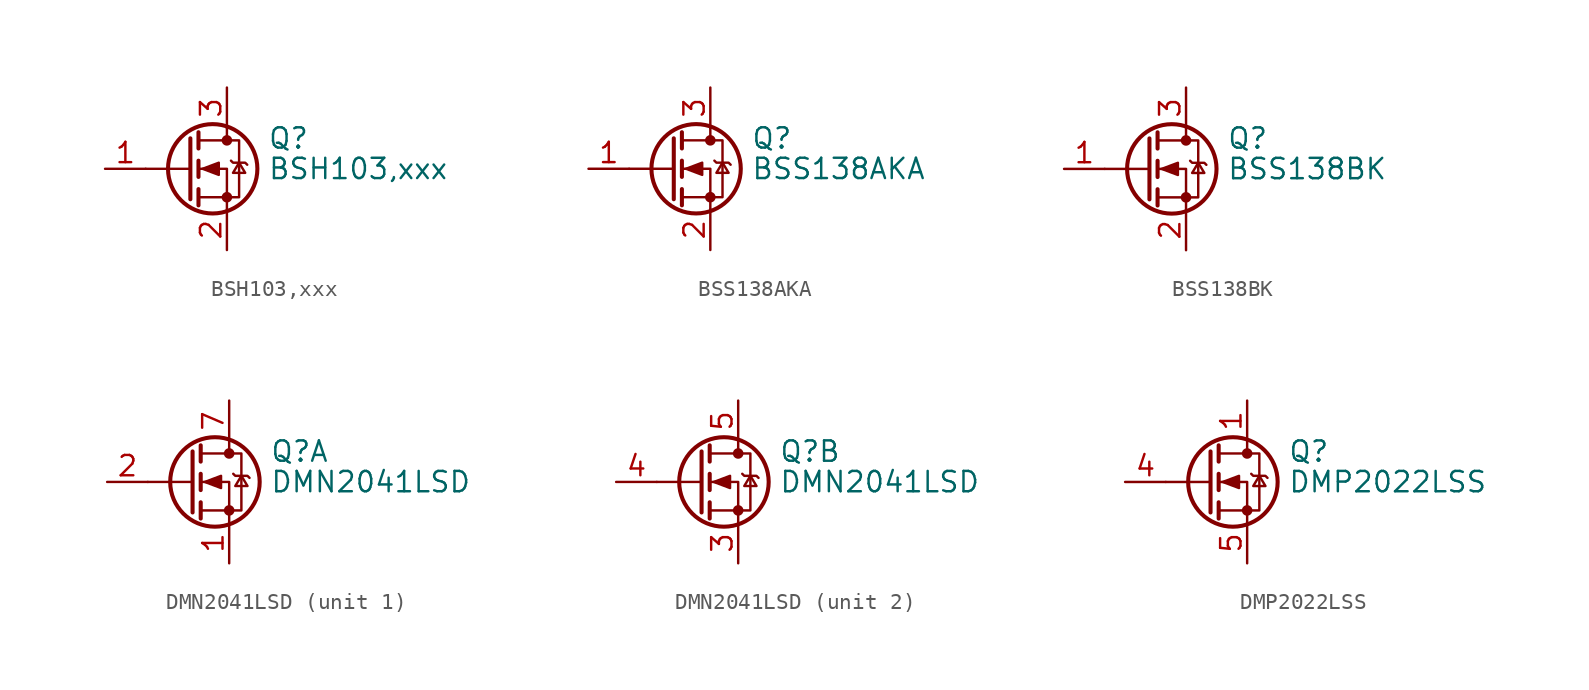
<source format=kicad_sym>
(kicad_symbol_lib
  (version 20231120)
  (generator "kicad_symbol_editor")
  (generator_version "8.0")
  (symbol "BSH103,xxx"
    (pin_names hide)
    (property "Reference" "Q"
      (at 5.08 1.905 0)
      (effects (font (size 1.27 1.27)) (justify left)))
    (property "Value" "BSH103,xxx"
      (at 5.08 0 0)
      (effects (font (size 1.27 1.27)) (justify left)))
    (symbol "BSH103,xxx_0_1"
      (polyline (pts (xy 0.254 0) (xy -2.54 0)) (stroke (width 0) (type default)) (fill (type none)))
      (polyline (pts (xy 0.254 1.905) (xy 0.254 -1.905)) (stroke (width 0.254) (type default)) (fill (type none)))
      (polyline (pts (xy 0.762 -1.27) (xy 0.762 -2.286)) (stroke (width 0.254) (type default)) (fill (type none)))
      (polyline (pts (xy 0.762 0.508) (xy 0.762 -0.508)) (stroke (width 0.254) (type default)) (fill (type none)))
      (polyline (pts (xy 0.762 2.286) (xy 0.762 1.27)) (stroke (width 0.254) (type default)) (fill (type none)))
      (polyline (pts (xy 2.54 2.54) (xy 2.54 1.778)) (stroke (width 0) (type default)) (fill (type none)))
      (polyline (pts (xy 2.54 -2.54) (xy 2.54 0) (xy 0.762 0)) (stroke (width 0) (type default)) (fill (type none)))
      (polyline (pts (xy 0.762 -1.778) (xy 3.302 -1.778) (xy 3.302 1.778) (xy 0.762 1.778)) (stroke (width 0) (type default)) (fill (type none)))
      (polyline (pts (xy 1.016 0) (xy 2.032 0.381) (xy 2.032 -0.381) (xy 1.016 0)) (stroke (width 0) (type default)) (fill (type outline)))
      (polyline (pts (xy 2.794 0.508) (xy 2.921 0.381) (xy 3.683 0.381) (xy 3.81 0.254)) (stroke (width 0) (type default)) (fill (type none)))
      (polyline (pts (xy 3.302 0.381) (xy 2.921 -0.254) (xy 3.683 -0.254) (xy 3.302 0.381)) (stroke (width 0) (type default)) (fill (type none)))
      (circle (center 1.651 0) (radius 2.794) (stroke (width 0.254) (type default)) (fill (type none)))
      (circle (center 2.54 -1.778) (radius 0.254) (stroke (width 0) (type default)) (fill (type outline)))
      (circle (center 2.54 1.778) (radius 0.254) (stroke (width 0) (type default)) (fill (type outline))))
    (symbol "BSH103,xxx_1_1"
      (pin input line (at -5.08 0 0) (length 2.54) (name "G" (effects (font (size 1.27 1.27)))) (number "1" (effects (font (size 1.27 1.27)))))
      (pin passive line (at 2.54 -5.08 90) (length 2.54) (name "S" (effects (font (size 1.27 1.27)))) (number "2" (effects (font (size 1.27 1.27)))))
      (pin passive line (at 2.54 5.08 270) (length 2.54) (name "D" (effects (font (size 1.27 1.27)))) (number "3" (effects (font (size 1.27 1.27)))))))
  (symbol "BSS138AKA"
    (pin_names hide)
    (property "Reference" "Q"
      (at 5.08 1.905 0)
      (effects (font (size 1.27 1.27)) (justify left)))
    (property "Value" "BSS138AKA"
      (at 5.08 0 0)
      (effects (font (size 1.27 1.27)) (justify left)))
    (symbol "BSS138AKA_0_1"
      (polyline (pts (xy 0.254 0) (xy -2.54 0)) (stroke (width 0) (type default)) (fill (type none)))
      (polyline (pts (xy 0.254 1.905) (xy 0.254 -1.905)) (stroke (width 0.254) (type default)) (fill (type none)))
      (polyline (pts (xy 0.762 -1.27) (xy 0.762 -2.286)) (stroke (width 0.254) (type default)) (fill (type none)))
      (polyline (pts (xy 0.762 0.508) (xy 0.762 -0.508)) (stroke (width 0.254) (type default)) (fill (type none)))
      (polyline (pts (xy 0.762 2.286) (xy 0.762 1.27)) (stroke (width 0.254) (type default)) (fill (type none)))
      (polyline (pts (xy 2.54 2.54) (xy 2.54 1.778)) (stroke (width 0) (type default)) (fill (type none)))
      (polyline (pts (xy 2.54 -2.54) (xy 2.54 0) (xy 0.762 0)) (stroke (width 0) (type default)) (fill (type none)))
      (polyline (pts (xy 0.762 -1.778) (xy 3.302 -1.778) (xy 3.302 1.778) (xy 0.762 1.778)) (stroke (width 0) (type default)) (fill (type none)))
      (polyline (pts (xy 1.016 0) (xy 2.032 0.381) (xy 2.032 -0.381) (xy 1.016 0)) (stroke (width 0) (type default)) (fill (type outline)))
      (polyline (pts (xy 2.794 0.508) (xy 2.921 0.381) (xy 3.683 0.381) (xy 3.81 0.254)) (stroke (width 0) (type default)) (fill (type none)))
      (polyline (pts (xy 3.302 0.381) (xy 2.921 -0.254) (xy 3.683 -0.254) (xy 3.302 0.381)) (stroke (width 0) (type default)) (fill (type none)))
      (circle (center 1.651 0) (radius 2.794) (stroke (width 0.254) (type default)) (fill (type none)))
      (circle (center 2.54 -1.778) (radius 0.254) (stroke (width 0) (type default)) (fill (type outline)))
      (circle (center 2.54 1.778) (radius 0.254) (stroke (width 0) (type default)) (fill (type outline))))
    (symbol "BSS138AKA_1_1"
      (pin input line (at -5.08 0 0) (length 2.54) (name "G" (effects (font (size 1.27 1.27)))) (number "1" (effects (font (size 1.27 1.27)))))
      (pin passive line (at 2.54 -5.08 90) (length 2.54) (name "S" (effects (font (size 1.27 1.27)))) (number "2" (effects (font (size 1.27 1.27)))))
      (pin passive line (at 2.54 5.08 270) (length 2.54) (name "D" (effects (font (size 1.27 1.27)))) (number "3" (effects (font (size 1.27 1.27)))))))
  (symbol "BSS138BK"
    (pin_names hide)
    (property "Reference" "Q"
      (at 5.08 1.905 0)
      (effects (font (size 1.27 1.27)) (justify left)))
    (property "Value" "BSS138BK"
      (at 5.08 0 0)
      (effects (font (size 1.27 1.27)) (justify left)))
    (symbol "BSS138BK_0_1"
      (polyline (pts (xy 0.254 0) (xy -2.54 0)) (stroke (width 0) (type default)) (fill (type none)))
      (polyline (pts (xy 0.254 1.905) (xy 0.254 -1.905)) (stroke (width 0.254) (type default)) (fill (type none)))
      (polyline (pts (xy 0.762 -1.27) (xy 0.762 -2.286)) (stroke (width 0.254) (type default)) (fill (type none)))
      (polyline (pts (xy 0.762 0.508) (xy 0.762 -0.508)) (stroke (width 0.254) (type default)) (fill (type none)))
      (polyline (pts (xy 0.762 2.286) (xy 0.762 1.27)) (stroke (width 0.254) (type default)) (fill (type none)))
      (polyline (pts (xy 2.54 2.54) (xy 2.54 1.778)) (stroke (width 0) (type default)) (fill (type none)))
      (polyline (pts (xy 2.54 -2.54) (xy 2.54 0) (xy 0.762 0)) (stroke (width 0) (type default)) (fill (type none)))
      (polyline (pts (xy 0.762 -1.778) (xy 3.302 -1.778) (xy 3.302 1.778) (xy 0.762 1.778)) (stroke (width 0) (type default)) (fill (type none)))
      (polyline (pts (xy 1.016 0) (xy 2.032 0.381) (xy 2.032 -0.381) (xy 1.016 0)) (stroke (width 0) (type default)) (fill (type outline)))
      (polyline (pts (xy 2.794 0.508) (xy 2.921 0.381) (xy 3.683 0.381) (xy 3.81 0.254)) (stroke (width 0) (type default)) (fill (type none)))
      (polyline (pts (xy 3.302 0.381) (xy 2.921 -0.254) (xy 3.683 -0.254) (xy 3.302 0.381)) (stroke (width 0) (type default)) (fill (type none)))
      (circle (center 1.651 0) (radius 2.794) (stroke (width 0.254) (type default)) (fill (type none)))
      (circle (center 2.54 -1.778) (radius 0.254) (stroke (width 0) (type default)) (fill (type outline)))
      (circle (center 2.54 1.778) (radius 0.254) (stroke (width 0) (type default)) (fill (type outline))))
    (symbol "BSS138BK_1_1"
      (pin input line (at -5.08 0 0) (length 2.54) (name "G" (effects (font (size 1.27 1.27)))) (number "1" (effects (font (size 1.27 1.27)))))
      (pin passive line (at 2.54 -5.08 90) (length 2.54) (name "S" (effects (font (size 1.27 1.27)))) (number "2" (effects (font (size 1.27 1.27)))))
      (pin passive line (at 2.54 5.08 270) (length 2.54) (name "D" (effects (font (size 1.27 1.27)))) (number "3" (effects (font (size 1.27 1.27)))))))
  (symbol "DMN2041LSD"
    (pin_names hide)
    (property "Reference" "Q"
      (at 5.08 1.905 0)
      (effects (font (size 1.27 1.27)) (justify left)))
    (property "Value" "DMN2041LSD"
      (at 5.08 0 0)
      (effects (font (size 1.27 1.27)) (justify left)))
    (symbol "DMN2041LSD_0_1"
      (polyline (pts (xy 0.254 0) (xy -2.54 0)) (stroke (width 0) (type default)) (fill (type none)))
      (polyline (pts (xy 0.254 1.905) (xy 0.254 -1.905)) (stroke (width 0.254) (type default)) (fill (type none)))
      (polyline (pts (xy 0.762 -1.27) (xy 0.762 -2.286)) (stroke (width 0.254) (type default)) (fill (type none)))
      (polyline (pts (xy 0.762 0.508) (xy 0.762 -0.508)) (stroke (width 0.254) (type default)) (fill (type none)))
      (polyline (pts (xy 0.762 2.286) (xy 0.762 1.27)) (stroke (width 0.254) (type default)) (fill (type none)))
      (polyline (pts (xy 2.54 2.54) (xy 2.54 1.778)) (stroke (width 0) (type default)) (fill (type none)))
      (polyline (pts (xy 2.54 -2.54) (xy 2.54 0) (xy 0.762 0)) (stroke (width 0) (type default)) (fill (type none)))
      (polyline (pts (xy 0.762 -1.778) (xy 3.302 -1.778) (xy 3.302 1.778) (xy 0.762 1.778)) (stroke (width 0) (type default)) (fill (type none)))
      (circle (center 1.651 0) (radius 2.794) (stroke (width 0.254) (type default)) (fill (type none)))
      (circle (center 2.54 -1.778) (radius 0.254) (stroke (width 0) (type default)) (fill (type outline)))
      (circle (center 2.54 1.778) (radius 0.254) (stroke (width 0) (type default)) (fill (type outline))))
    (symbol "DMN2041LSD_1_1"
      (polyline (pts (xy 1.016 0) (xy 2.032 0.381) (xy 2.032 -0.381) (xy 1.016 0)) (stroke (width 0) (type default)) (fill (type outline)))
      (polyline (pts (xy 2.794 0.508) (xy 2.921 0.381) (xy 3.683 0.381) (xy 3.81 0.254)) (stroke (width 0) (type default)) (fill (type none)))
      (polyline (pts (xy 3.302 0.381) (xy 2.921 -0.254) (xy 3.683 -0.254) (xy 3.302 0.381)) (stroke (width 0) (type default)) (fill (type none)))
      (pin passive line (at 2.54 -5.08 90) (length 2.54) (name "S1" (effects (font (size 1.27 1.27)))) (number "1" (effects (font (size 1.27 1.27)))))
      (pin passive line (at -5.08 0 0) (length 2.54) (name "G1" (effects (font (size 1.27 1.27)))) (number "2" (effects (font (size 1.27 1.27)))))
      (pin passive line (at 2.54 5.08 270) (length 2.54) (name "D1" (effects (font (size 1.27 1.27)))) (number "7" (effects (font (size 1.27 1.27)))))
      (pin passive line (at 2.54 5.08 270) (length 2.54) hide (name "D1" (effects (font (size 1.27 1.27)))) (number "8" (effects (font (size 1.27 1.27))))))
    (symbol "DMN2041LSD_2_1"
      (polyline (pts (xy 1.016 0) (xy 2.032 0.381) (xy 2.032 -0.381) (xy 1.016 0)) (stroke (width 0) (type default)) (fill (type outline)))
      (polyline (pts (xy 2.794 0.508) (xy 2.921 0.381) (xy 3.683 0.381) (xy 3.81 0.254)) (stroke (width 0) (type default)) (fill (type none)))
      (polyline (pts (xy 3.302 0.381) (xy 2.921 -0.254) (xy 3.683 -0.254) (xy 3.302 0.381)) (stroke (width 0) (type default)) (fill (type none)))
      (pin passive line (at 2.54 -5.08 90) (length 2.54) (name "S2" (effects (font (size 1.27 1.27)))) (number "3" (effects (font (size 1.27 1.27)))))
      (pin passive line (at -5.08 0 0) (length 2.54) (name "G2" (effects (font (size 1.27 1.27)))) (number "4" (effects (font (size 1.27 1.27)))))
      (pin passive line (at 2.54 5.08 270) (length 2.54) (name "D2" (effects (font (size 1.27 1.27)))) (number "5" (effects (font (size 1.27 1.27)))))
      (pin passive line (at 2.54 5.08 270) (length 2.54) hide (name "D2" (effects (font (size 1.27 1.27)))) (number "6" (effects (font (size 1.27 1.27)))))))
  (symbol "DMP2022LSS"
    (pin_names hide)
    (property "Reference" "Q"
      (at 5.08 1.905 0)
      (effects (font (size 1.27 1.27)) (justify left)))
    (property "Value" "DMP2022LSS"
      (at 5.08 0 0)
      (effects (font (size 1.27 1.27)) (justify left)))
    (symbol "DMP2022LSS_0_1"
      (polyline (pts (xy 0.254 0) (xy -2.54 0)) (stroke (width 0) (type default)) (fill (type none)))
      (polyline (pts (xy 0.254 1.905) (xy 0.254 -1.905)) (stroke (width 0.254) (type default)) (fill (type none)))
      (polyline (pts (xy 0.762 -1.27) (xy 0.762 -2.286)) (stroke (width 0.254) (type default)) (fill (type none)))
      (polyline (pts (xy 0.762 0.508) (xy 0.762 -0.508)) (stroke (width 0.254) (type default)) (fill (type none)))
      (polyline (pts (xy 0.762 2.286) (xy 0.762 1.27)) (stroke (width 0.254) (type default)) (fill (type none)))
      (polyline (pts (xy 2.54 2.54) (xy 2.54 1.778)) (stroke (width 0) (type default)) (fill (type none)))
      (polyline (pts (xy 2.54 -2.54) (xy 2.54 0) (xy 0.762 0)) (stroke (width 0) (type default)) (fill (type none)))
      (polyline (pts (xy 0.762 -1.778) (xy 3.302 -1.778) (xy 3.302 1.778) (xy 0.762 1.778)) (stroke (width 0) (type default)) (fill (type none)))
      (circle (center 1.651 0) (radius 2.794) (stroke (width 0.254) (type default)) (fill (type none)))
      (circle (center 2.54 -1.778) (radius 0.254) (stroke (width 0) (type default)) (fill (type outline)))
      (circle (center 2.54 1.778) (radius 0.254) (stroke (width 0) (type default)) (fill (type outline))))
    (symbol "DMP2022LSS_1_1"
      (polyline (pts (xy 1.016 0) (xy 2.032 0.381) (xy 2.032 -0.381) (xy 1.016 0)) (stroke (width 0) (type default)) (fill (type outline)))
      (polyline (pts (xy 2.794 0.508) (xy 2.921 0.381) (xy 3.683 0.381) (xy 3.81 0.254)) (stroke (width 0) (type default)) (fill (type none)))
      (polyline (pts (xy 3.302 0.381) (xy 2.921 -0.254) (xy 3.683 -0.254) (xy 3.302 0.381)) (stroke (width 0) (type default)) (fill (type none)))
      (pin passive line (at 2.54 5.08 270) (length 2.54) (name "S" (effects (font (size 1.27 1.27)))) (number "1" (effects (font (size 1.27 1.27)))))
      (pin passive line (at 2.54 5.08 270) (length 2.54) hide (name "S" (effects (font (size 1.27 1.27)))) (number "2" (effects (font (size 1.27 1.27)))))
      (pin passive line (at 2.54 5.08 270) (length 2.54) hide (name "S" (effects (font (size 1.27 1.27)))) (number "3" (effects (font (size 1.27 1.27)))))
      (pin passive line (at -5.08 0 0) (length 2.54) (name "G" (effects (font (size 1.27 1.27)))) (number "4" (effects (font (size 1.27 1.27)))))
      (pin passive line (at 2.54 -5.08 90) (length 2.54) (name "D" (effects (font (size 1.27 1.27)))) (number "5" (effects (font (size 1.27 1.27)))))
      (pin passive line (at 2.54 -5.08 90) (length 2.54) hide (name "D" (effects (font (size 1.27 1.27)))) (number "6" (effects (font (size 1.27 1.27)))))
      (pin passive line (at 2.54 -5.08 90) (length 2.54) hide (name "D" (effects (font (size 1.27 1.27)))) (number "7" (effects (font (size 1.27 1.27)))))
      (pin passive line (at 2.54 -5.08 90) (length 2.54) hide (name "D" (effects (font (size 1.27 1.27)))) (number "8" (effects (font (size 1.27 1.27))))))))
</source>
